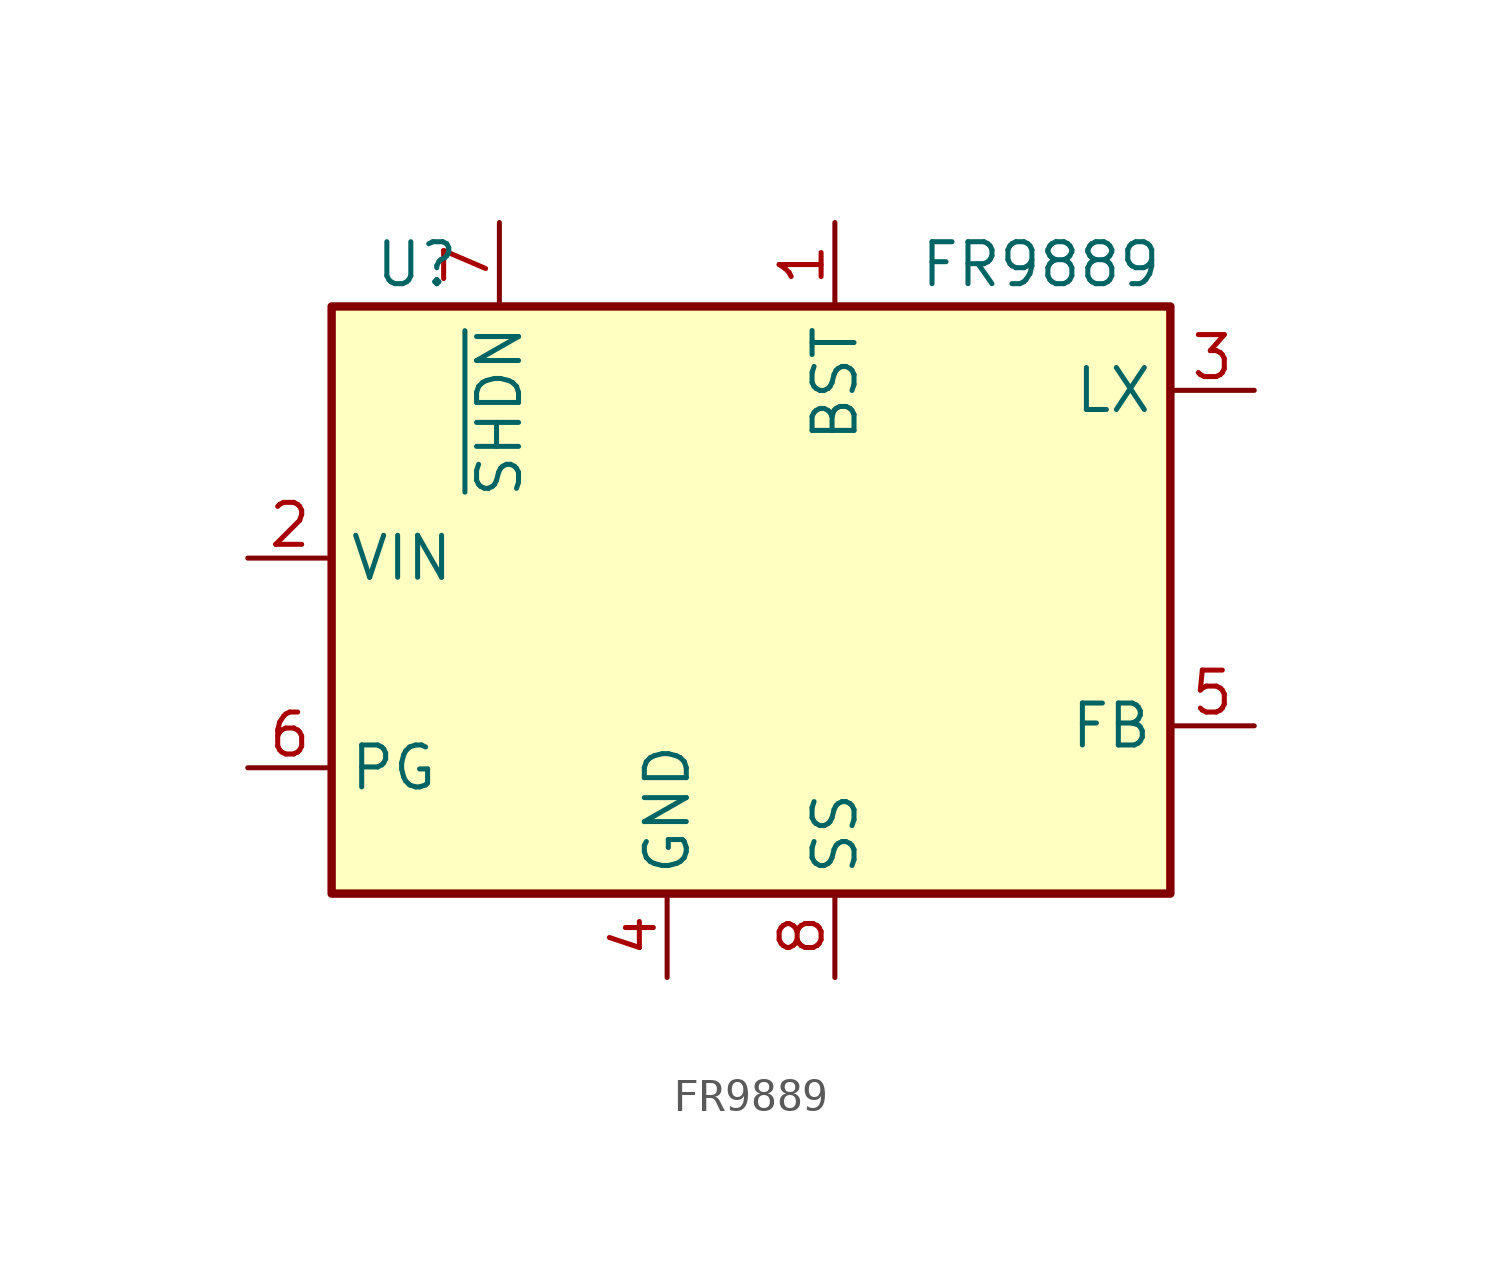
<source format=kicad_sym>
(kicad_symbol_lib
  (version 20220914)
  (generator kicad_symbol_editor)
  (symbol "FR9889"
    (property "Reference" "U"
      (at -11.43 8.89 0)
      (effects (font (size 1.27 1.27)) (justify left)))
    (property "Value" "FR9889"
      (at 5.08 8.89 0)
      (effects (font (size 1.27 1.27)) (justify left)))
    (symbol "FR9889_0_1"
      (rectangle (start -12.7 7.62) (end 12.7 -10.16) (stroke (width 0.254) (type default)) (fill (type background))))
    (symbol "FR9889_1_1"
      (pin power_in line (at 2.54 10.16 270) (length 2.54) (name "BST" (effects (font (size 1.27 1.27)))) (number "1" (effects (font (size 1.27 1.27)))))
      (pin power_in line (at -15.24 0 0) (length 2.54) (name "VIN" (effects (font (size 1.27 1.27)))) (number "2" (effects (font (size 1.27 1.27)))))
      (pin input line (at 15.24 5.08 180) (length 2.54) (name "LX" (effects (font (size 1.27 1.27)))) (number "3" (effects (font (size 1.27 1.27)))))
      (pin power_in line (at -2.54 -12.7 90) (length 2.54) (name "GND" (effects (font (size 1.27 1.27)))) (number "4" (effects (font (size 1.27 1.27)))))
      (pin input line (at 15.24 -5.08 180) (length 2.54) (name "FB" (effects (font (size 1.27 1.27)))) (number "5" (effects (font (size 1.27 1.27)))))
      (pin power_in line (at -15.24 -6.35 0) (length 2.54) (name "PG" (effects (font (size 1.27 1.27)))) (number "6" (effects (font (size 1.27 1.27)))))
      (pin input line (at -7.62 10.16 270) (length 2.54) (name "~{SHDN}" (effects (font (size 1.27 1.27)))) (number "7" (effects (font (size 1.27 1.27)))))
      (pin power_in line (at 2.54 -12.7 90) (length 2.54) (name "SS" (effects (font (size 1.27 1.27)))) (number "8" (effects (font (size 1.27 1.27)))))
      (pin power_in line (at 0 -12.7 90) (length 2.54) hide (name "GND" (effects (font (size 1.27 1.27)))) (number "9" (effects (font (size 1.27 1.27))))))))
</source>
